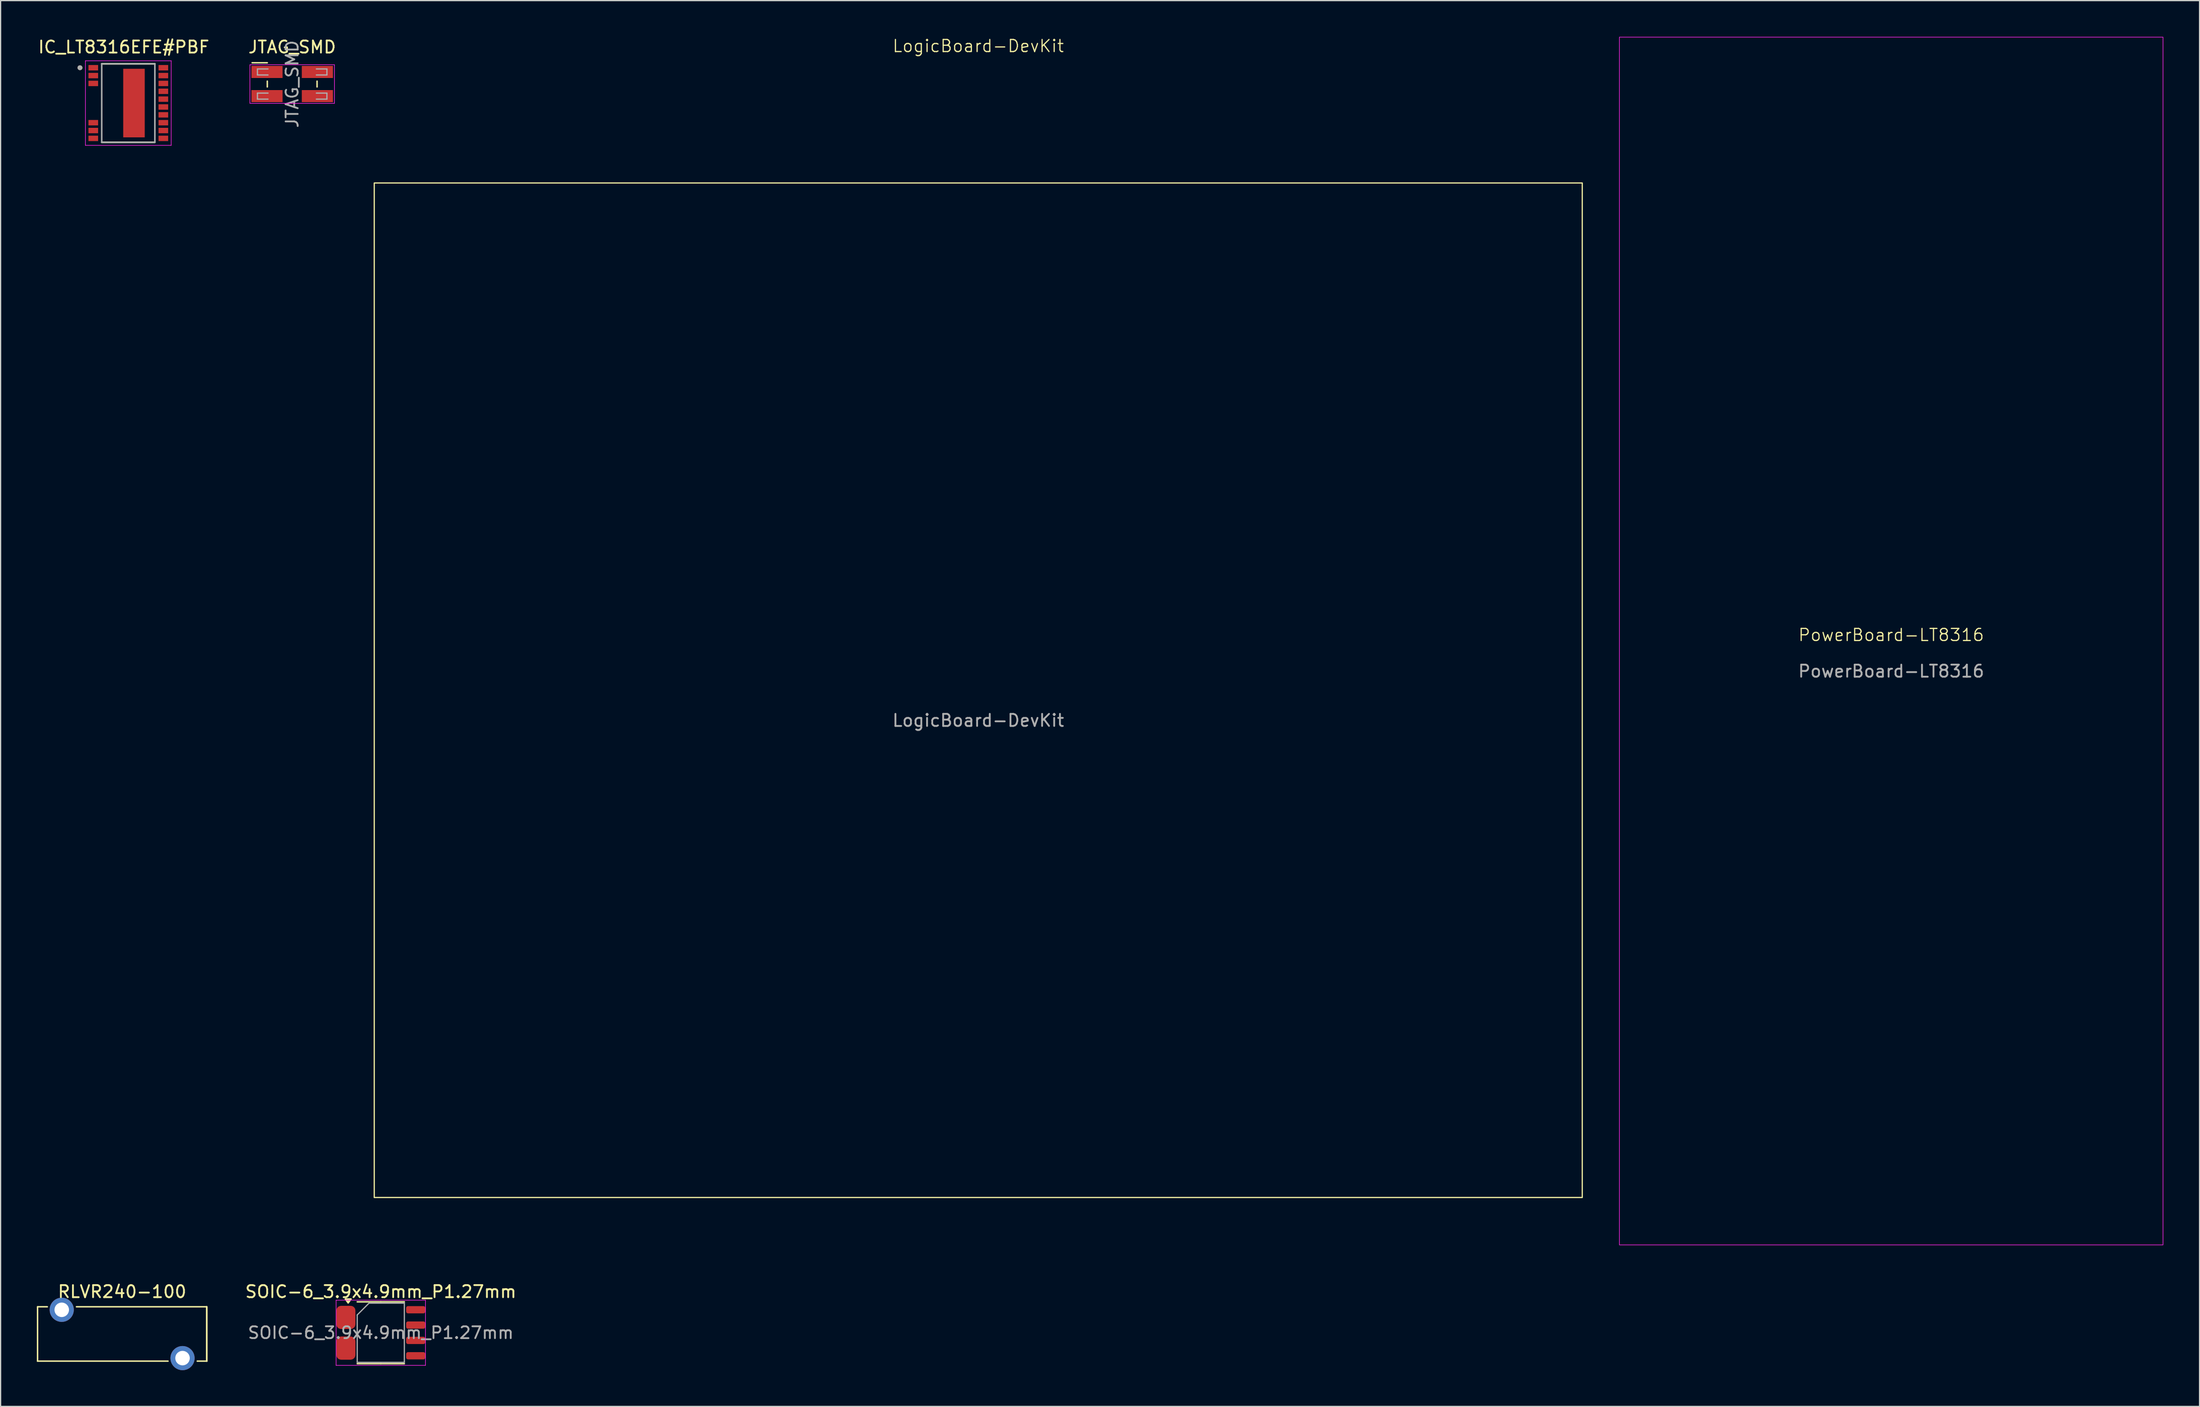
<source format=kicad_pcb>
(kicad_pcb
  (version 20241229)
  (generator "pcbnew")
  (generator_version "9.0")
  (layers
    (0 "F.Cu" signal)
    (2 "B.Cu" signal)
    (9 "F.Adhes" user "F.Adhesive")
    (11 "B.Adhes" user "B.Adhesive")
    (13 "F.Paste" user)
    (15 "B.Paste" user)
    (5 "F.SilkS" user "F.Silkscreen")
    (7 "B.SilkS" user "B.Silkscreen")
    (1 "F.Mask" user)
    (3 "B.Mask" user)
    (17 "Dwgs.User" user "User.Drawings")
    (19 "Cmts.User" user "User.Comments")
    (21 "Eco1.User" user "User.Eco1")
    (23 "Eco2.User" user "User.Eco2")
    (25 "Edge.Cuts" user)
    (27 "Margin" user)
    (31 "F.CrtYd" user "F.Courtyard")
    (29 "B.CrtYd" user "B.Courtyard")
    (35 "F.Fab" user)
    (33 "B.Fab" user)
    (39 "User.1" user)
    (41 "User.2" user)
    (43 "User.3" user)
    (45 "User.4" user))
  (footprint "JTAG_SMD"
    (layer "F.Cu")
    (at 21.137 3.908)
    (property "Reference" "JTAG_SMD" (at 0 -3.06 0) (layer "F.SilkS") (effects (font (size 1 1) (thickness 0.15))))
    (attr smd)
    (fp_line (start -3.315 -1.76) (end -2.06 -1.76) (stroke (width 0.12) (type solid)) (layer "F.SilkS"))
    (fp_line (start -2.06 -0.24) (end -2.06 0.24) (stroke (width 0.12) (type solid)) (layer "F.SilkS"))
    (fp_line (start 2.06 -0.24) (end 2.06 0.24) (stroke (width 0.12) (type solid)) (layer "F.SilkS"))
    (fp_line (start -3.5 -1.6) (end -3.5 1.6) (stroke (width 0.05) (type solid)) (layer "F.CrtYd"))
    (fp_line (start -3.5 1.6) (end 3.5 1.6) (stroke (width 0.05) (type solid)) (layer "F.CrtYd"))
    (fp_line (start 3.5 -1.6) (end -3.5 -1.6) (stroke (width 0.05) (type solid)) (layer "F.CrtYd"))
    (fp_line (start 3.5 1.6) (end 3.5 -1.6) (stroke (width 0.05) (type solid)) (layer "F.CrtYd"))
    (fp_line (start -2.875 -1.25) (end -2.875 -0.75) (stroke (width 0.1) (type solid)) (layer "F.Fab"))
    (fp_line (start -2.875 -0.75) (end -2 -0.75) (stroke (width 0.1) (type solid)) (layer "F.Fab"))
    (fp_line (start -2.875 0.75) (end -2.875 1.25) (stroke (width 0.1) (type solid)) (layer "F.Fab"))
    (fp_line (start -2.875 1.25) (end -2 1.25) (stroke (width 0.1) (type solid)) (layer "F.Fab"))
    (fp_line (start -2 -1.25) (end -2.875 -1.25) (stroke (width 0.1) (type solid)) (layer "F.Fab"))
    (fp_line (start -2 0.75) (end -2.875 0.75) (stroke (width 0.1) (type solid)) (layer "F.Fab"))
    (fp_line (start 2 -1.25) (end 2.875 -1.25) (stroke (width 0.1) (type solid)) (layer "F.Fab"))
    (fp_line (start 2 0.75) (end 2.875 0.75) (stroke (width 0.1) (type solid)) (layer "F.Fab"))
    (fp_line (start 2.875 -1.25) (end 2.875 -0.75) (stroke (width 0.1) (type solid)) (layer "F.Fab"))
    (fp_line (start 2.875 -0.75) (end 2 -0.75) (stroke (width 0.1) (type solid)) (layer "F.Fab"))
    (fp_line (start 2.875 0.75) (end 2.875 1.25) (stroke (width 0.1) (type solid)) (layer "F.Fab"))
    (fp_line (start 2.875 1.25) (end 2 1.25) (stroke (width 0.1) (type solid)) (layer "F.Fab"))
    (fp_text user "${REFERENCE}" (at 0 0 90) (layer "F.Fab") (effects (font (size 1 1) (thickness 0.15))))
    (pad "1" smd rect (at -2.085 -1) (size 2.58 1) (layers "F.Cu" "F.Mask" "F.Paste"))
    (pad "2" smd rect (at 2.085 -1) (size 2.58 1) (layers "F.Cu" "F.Mask" "F.Paste"))
    (pad "3" smd rect (at -2.085 1) (size 2.58 1) (layers "F.Cu" "F.Mask" "F.Paste"))
    (pad "4" smd rect (at 2.085 1) (size 2.58 1) (layers "F.Cu" "F.Mask" "F.Paste")))
  (footprint "SOIC-6_3.9x4.9mm_P1.27mm"
    (layer "F.Cu")
    (at 28.472 107.298)
    (property "Reference" "SOIC-6_3.9x4.9mm_P1.27mm" (at 0 -3.4 0) (layer "F.SilkS") (effects (font (size 1 1) (thickness 0.15))))
    (attr smd)
    (fp_line (start 0 -2.56) (end -1.95 -2.56) (stroke (width 0.12) (type solid)) (layer "F.SilkS"))
    (fp_line (start 0 -2.56) (end 1.95 -2.56) (stroke (width 0.12) (type solid)) (layer "F.SilkS"))
    (fp_line (start 0 2.56) (end -1.95 2.56) (stroke (width 0.12) (type solid)) (layer "F.SilkS"))
    (fp_line (start 0 2.56) (end 1.95 2.56) (stroke (width 0.12) (type solid)) (layer "F.SilkS"))
    (fp_poly (pts (xy -2.7 -2.465) (xy -2.94 -2.795) (xy -2.46 -2.795) (xy -2.7 -2.465)) (stroke (width 0.12) (type solid)) (fill yes) (layer "F.SilkS"))
    (fp_line (start -3.7 -2.7) (end -3.7 2.7) (stroke (width 0.05) (type solid)) (layer "F.CrtYd"))
    (fp_line (start -3.7 2.7) (end 3.7 2.7) (stroke (width 0.05) (type solid)) (layer "F.CrtYd"))
    (fp_line (start 3.7 -2.7) (end -3.7 -2.7) (stroke (width 0.05) (type solid)) (layer "F.CrtYd"))
    (fp_line (start 3.7 2.7) (end 3.7 -2.7) (stroke (width 0.05) (type solid)) (layer "F.CrtYd"))
    (fp_line (start -1.95 -1.475) (end -0.975 -2.45) (stroke (width 0.1) (type solid)) (layer "F.Fab"))
    (fp_line (start -1.95 2.45) (end -1.95 -1.475) (stroke (width 0.1) (type solid)) (layer "F.Fab"))
    (fp_line (start -0.975 -2.45) (end 1.95 -2.45) (stroke (width 0.1) (type solid)) (layer "F.Fab"))
    (fp_line (start 1.95 -2.45) (end 1.95 2.45) (stroke (width 0.1) (type solid)) (layer "F.Fab"))
    (fp_line (start 1.95 2.45) (end -1.95 2.45) (stroke (width 0.1) (type solid)) (layer "F.Fab"))
    (fp_text user "${REFERENCE}" (at 0 0 0) (layer "F.Fab") (effects (font (size 0.98 0.98) (thickness 0.15))))
    (pad "1" smd roundrect (at -2.89 -1.27) (size 1.58 1.92) (layers "F.Cu" "F.Mask" "F.Paste") (roundrect_rratio 0.25))
    (pad "2" smd roundrect (at -2.89 1.27) (size 1.58 1.92) (layers "F.Cu" "F.Mask" "F.Paste") (roundrect_rratio 0.25))
    (pad "3" smd roundrect (at 2.89 1.905) (size 1.58 0.6) (layers "F.Cu" "F.Mask" "F.Paste") (roundrect_rratio 0.25))
    (pad "4" smd roundrect (at 2.89 0.635) (size 1.58 0.6) (layers "F.Cu" "F.Mask" "F.Paste") (roundrect_rratio 0.25))
    (pad "5" smd roundrect (at 2.89 -0.635) (size 1.58 0.6) (layers "F.Cu" "F.Mask" "F.Paste") (roundrect_rratio 0.25))
    (pad "6" smd roundrect (at 2.89 -1.905) (size 1.58 0.6) (layers "F.Cu" "F.Mask" "F.Paste") (roundrect_rratio 0.25)))
  (footprint "PowerBoard-LT8316"
    (layer "F.Cu")
    (at 153.506 50.025)
    (property "Reference" "PowerBoard-LT8316" (at 0 -0.5 0) (unlocked yes) (layer "F.SilkS") (effects (font (size 1 1) (thickness 0.1))))
    (attr through_hole)
    (fp_rect (start -22.5 -50) (end 22.5 50) (stroke (width 0.05) (type default)) (fill no) (layer "F.CrtYd"))
    (fp_text user "${REFERENCE}" (at 0 2.5 0) (unlocked yes) (layer "F.Fab") (effects (font (size 1 1) (thickness 0.15)))))
  (footprint "LogicBoard-DevKit"
    (layer "F.Cu")
    (at 77.931 54.1)
    (property "Reference" "LogicBoard-DevKit" (at 0 -53.34 0) (unlocked yes) (layer "F.SilkS") (effects (font (size 1 1) (thickness 0.1))))
    (attr smd)
    (fp_rect (start -50 -42) (end 50 42) (stroke (width 0.1) (type default)) (fill no) (layer "F.SilkS"))
    (fp_text user "${REFERENCE}" (at 0 2.5 0) (unlocked yes) (layer "F.Fab") (effects (font (size 1 1) (thickness 0.15)))))
  (footprint "RLVR240-100"
    (layer "F.Cu")
    (at 7.06 107.398)
    (property "Reference" "RLVR240-100" (at 0 -3.5 0) (layer "F.SilkS") (effects (font (size 1 1) (thickness 0.15))))
    (attr smd)
    (fp_line (start -7 2.25) (end -7 -2.25) (stroke (width 0.12) (type solid)) (layer "F.SilkS"))
    (fp_line (start -6.987 -2.25) (end -6.192 -2.25) (stroke (width 0.12) (type solid)) (layer "F.SilkS"))
    (fp_line (start -3.78 -2.25) (end 7 -2.25) (stroke (width 0.12) (type solid)) (layer "F.SilkS"))
    (fp_line (start 3.8 2.25) (end -7 2.25) (stroke (width 0.12) (type solid)) (layer "F.SilkS"))
    (fp_line (start 7 -2.25) (end 7 2.25) (stroke (width 0.12) (type solid)) (layer "F.SilkS"))
    (fp_line (start 7.013 -2.25) (end 7.013 2.25) (stroke (width 0.12) (type solid)) (layer "F.SilkS"))
    (fp_line (start 7.013 2.25) (end 6.219 2.25) (stroke (width 0.12) (type solid)) (layer "F.SilkS"))
    (pad "1" thru_hole circle (at -5 -2) (size 2 2) (drill 1.2) (layers "*.Cu" "*.Mask"))
    (pad "2" thru_hole circle (at 5 2) (size 2 2) (drill 1.2) (layers "*.Cu" "*.Mask")))
  (footprint "IC_LT8316EFE#PBF"
    (layer "F.Cu")
    (at 7.571 5.483)
    (property "Reference" "IC_LT8316EFE#PBF" (at -0.375 -4.635 0) (layer "F.SilkS") (effects (font (size 1 1) (thickness 0.15))))
    (attr smd)
    (fp_line (start -2.2 -3.25) (end 2.2 -3.25) (stroke (width 0.127) (type solid)) (layer "F.SilkS"))
    (fp_line (start 2.2 3.25) (end -2.2 3.25) (stroke (width 0.127) (type solid)) (layer "F.SilkS"))
    (fp_circle (center -4 -2.925) (end -3.9 -2.925) (stroke (width 0.2) (type solid)) (fill no) (layer "F.SilkS"))
    (fp_poly (pts (xy 0.045 -2.535) (xy 0.895 -2.535) (xy 0.895 -0.155) (xy 0.045 -0.155)) (stroke (width 0.01) (type solid)) (fill yes) (layer "F.Paste"))
    (fp_poly (pts (xy 0.045 0.155) (xy 0.895 0.155) (xy 0.895 2.535) (xy 0.045 2.535)) (stroke (width 0.01) (type solid)) (fill yes) (layer "F.Paste"))
    (fp_line (start -3.55 -3.5) (end -3.55 3.5) (stroke (width 0.05) (type solid)) (layer "F.CrtYd"))
    (fp_line (start -3.55 3.5) (end 3.55 3.5) (stroke (width 0.05) (type solid)) (layer "F.CrtYd"))
    (fp_line (start 3.55 -3.5) (end -3.55 -3.5) (stroke (width 0.05) (type solid)) (layer "F.CrtYd"))
    (fp_line (start 3.55 3.5) (end 3.55 -3.5) (stroke (width 0.05) (type solid)) (layer "F.CrtYd"))
    (fp_line (start -2.2 -3.25) (end 2.2 -3.25) (stroke (width 0.127) (type solid)) (layer "F.Fab"))
    (fp_line (start -2.2 3.25) (end -2.2 -3.25) (stroke (width 0.127) (type solid)) (layer "F.Fab"))
    (fp_line (start 2.2 -3.25) (end 2.2 3.25) (stroke (width 0.127) (type solid)) (layer "F.Fab"))
    (fp_line (start 2.2 3.25) (end -2.2 3.25) (stroke (width 0.127) (type solid)) (layer "F.Fab"))
    (fp_circle (center -4 -2.925) (end -3.9 -2.925) (stroke (width 0.2) (type solid)) (fill no) (layer "F.Fab"))
    (pad "1" smd rect (at -2.9 -2.925) (size 0.8 0.45) (layers "F.Cu" "F.Mask" "F.Paste"))
    (pad "2" smd rect (at -2.9 -2.275) (size 0.8 0.45) (layers "F.Cu" "F.Mask" "F.Paste"))
    (pad "3" smd rect (at -2.9 -1.625) (size 0.8 0.45) (layers "F.Cu" "F.Mask" "F.Paste"))
    (pad "8" smd rect (at -2.9 1.625) (size 0.8 0.45) (layers "F.Cu" "F.Mask" "F.Paste"))
    (pad "9" smd rect (at -2.9 2.275) (size 0.8 0.45) (layers "F.Cu" "F.Mask" "F.Paste"))
    (pad "10" smd rect (at -2.9 2.925) (size 0.8 0.45) (layers "F.Cu" "F.Mask" "F.Paste"))
    (pad "11" smd rect (at 2.9 2.925) (size 0.8 0.45) (layers "F.Cu" "F.Mask" "F.Paste"))
    (pad "12" smd rect (at 2.9 2.275) (size 0.8 0.45) (layers "F.Cu" "F.Mask" "F.Paste"))
    (pad "13" smd rect (at 2.9 1.625) (size 0.8 0.45) (layers "F.Cu" "F.Mask" "F.Paste"))
    (pad "14" smd rect (at 2.9 0.975) (size 0.8 0.45) (layers "F.Cu" "F.Mask" "F.Paste"))
    (pad "15" smd rect (at 2.9 0.325) (size 0.8 0.45) (layers "F.Cu" "F.Mask" "F.Paste"))
    (pad "16" smd rect (at 2.9 -0.325) (size 0.8 0.45) (layers "F.Cu" "F.Mask" "F.Paste"))
    (pad "17" smd rect (at 2.9 -0.975) (size 0.8 0.45) (layers "F.Cu" "F.Mask" "F.Paste"))
    (pad "18" smd rect (at 2.9 -1.625) (size 0.8 0.45) (layers "F.Cu" "F.Mask" "F.Paste"))
    (pad "19" smd rect (at 2.9 -2.275) (size 0.8 0.45) (layers "F.Cu" "F.Mask" "F.Paste"))
    (pad "20" smd rect (at 2.9 -2.925) (size 0.8 0.45) (layers "F.Cu" "F.Mask" "F.Paste"))
    (pad "21" smd rect (at 0.47 0) (size 1.78 5.68) (layers "F.Cu" "F.Mask")))
  (gr_rect
    (start -3 -3)
    (end 179.031 113.398)
    (stroke (width 0.1) (type default))
    (fill no)
    (layer "Edge.Cuts")))
</source>
